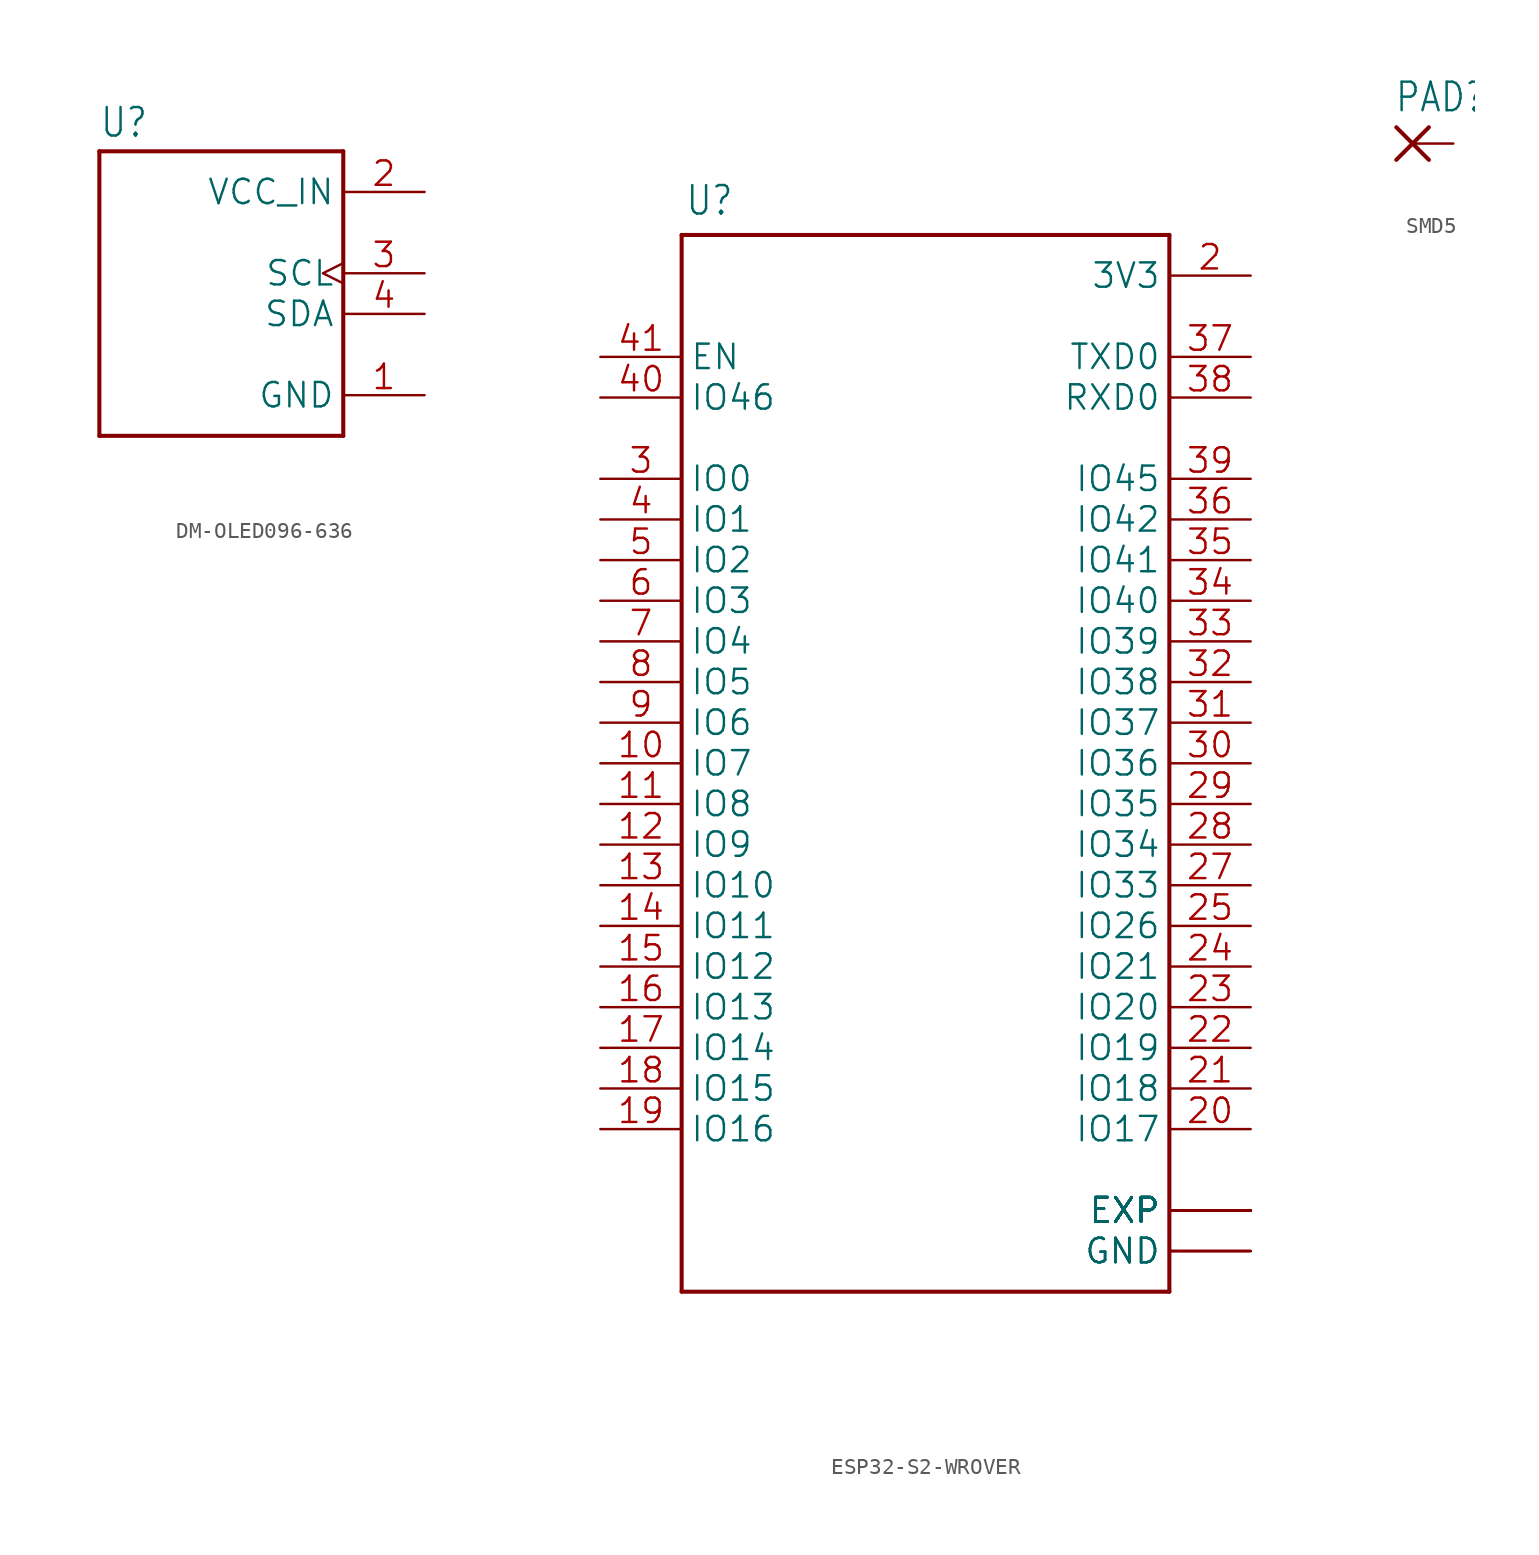
<source format=kicad_sym>
(kicad_symbol_lib
  (version 20241209)
  (generator "kicad_symbol_editor")
  (generator_version "9.0")
  (symbol "DM-OLED096-636"
    (property "Reference" "U"
      (at -7.62 10.922 0)
      (effects (font (size 1.778 1.511)) (justify left bottom)))
    (property "Value" ""
      (at -7.62 -10.16 0)
      (effects (font (size 1.778 1.511)) (justify left bottom)))
    (property "ki_locked" ""
      (at 0 0 0)
      (effects (font (size 1.27 1.27))))
    (symbol "DM-OLED096-636_1_0"
      (polyline (pts (xy -7.62 10.16) (xy -7.62 -7.62)) (stroke (width 0.254) (type solid)) (fill (type none)))
      (polyline (pts (xy -7.62 -7.62) (xy 7.62 -7.62)) (stroke (width 0.254) (type solid)) (fill (type none)))
      (polyline (pts (xy 7.62 10.16) (xy -7.62 10.16)) (stroke (width 0.254) (type solid)) (fill (type none)))
      (polyline (pts (xy 7.62 -7.62) (xy 7.62 10.16)) (stroke (width 0.254) (type solid)) (fill (type none)))
      (pin power_in line (at 12.7 7.62 180) (length 5.08) (name "VCC_IN" (effects (font (size 1.524 1.524)))) (number "2" (effects (font (size 1.524 1.524)))))
      (pin input clock (at 12.7 2.54 180) (length 5.08) (name "SCL" (effects (font (size 1.524 1.524)))) (number "3" (effects (font (size 1.524 1.524)))))
      (pin bidirectional line (at 12.7 0 180) (length 5.08) (name "SDA" (effects (font (size 1.524 1.524)))) (number "4" (effects (font (size 1.524 1.524)))))
      (pin power_in line (at 12.7 -5.08 180) (length 5.08) (name "GND" (effects (font (size 1.524 1.524)))) (number "1" (effects (font (size 1.524 1.524)))))))
  (symbol "ESP32-S2-WROVER"
    (property "Reference" "U"
      (at -15.036 34.135 0)
      (effects (font (size 1.778 1.511)) (justify left bottom)))
    (property "Value" ""
      (at -15.287 -35.668 0)
      (effects (font (size 1.778 1.511)) (justify left bottom)))
    (property "ki_locked" ""
      (at 0 0 0)
      (effects (font (size 1.27 1.27))))
    (symbol "ESP32-S2-WROVER_1_0"
      (polyline (pts (xy -15.24 33.02) (xy 15.24 33.02)) (stroke (width 0.254) (type solid)) (fill (type none)))
      (polyline (pts (xy -15.24 -33.02) (xy -15.24 33.02)) (stroke (width 0.254) (type solid)) (fill (type none)))
      (polyline (pts (xy 15.24 33.02) (xy 15.24 -33.02)) (stroke (width 0.254) (type solid)) (fill (type none)))
      (polyline (pts (xy 15.24 -33.02) (xy -15.24 -33.02)) (stroke (width 0.254) (type solid)) (fill (type none)))
      (pin input line (at -20.32 25.4 0) (length 5.08) (name "EN" (effects (font (size 1.524 1.524)))) (number "41" (effects (font (size 1.524 1.524)))))
      (pin input line (at -20.32 22.86 0) (length 5.08) (name "IO46" (effects (font (size 1.524 1.524)))) (number "40" (effects (font (size 1.524 1.524)))))
      (pin bidirectional line (at -20.32 17.78 0) (length 5.08) (name "IO0" (effects (font (size 1.524 1.524)))) (number "3" (effects (font (size 1.524 1.524)))))
      (pin bidirectional line (at -20.32 15.24 0) (length 5.08) (name "IO1" (effects (font (size 1.524 1.524)))) (number "4" (effects (font (size 1.524 1.524)))))
      (pin bidirectional line (at -20.32 12.7 0) (length 5.08) (name "IO2" (effects (font (size 1.524 1.524)))) (number "5" (effects (font (size 1.524 1.524)))))
      (pin bidirectional line (at -20.32 10.16 0) (length 5.08) (name "IO3" (effects (font (size 1.524 1.524)))) (number "6" (effects (font (size 1.524 1.524)))))
      (pin bidirectional line (at -20.32 7.62 0) (length 5.08) (name "IO4" (effects (font (size 1.524 1.524)))) (number "7" (effects (font (size 1.524 1.524)))))
      (pin bidirectional line (at -20.32 5.08 0) (length 5.08) (name "IO5" (effects (font (size 1.524 1.524)))) (number "8" (effects (font (size 1.524 1.524)))))
      (pin bidirectional line (at -20.32 2.54 0) (length 5.08) (name "IO6" (effects (font (size 1.524 1.524)))) (number "9" (effects (font (size 1.524 1.524)))))
      (pin bidirectional line (at -20.32 0 0) (length 5.08) (name "IO7" (effects (font (size 1.524 1.524)))) (number "10" (effects (font (size 1.524 1.524)))))
      (pin bidirectional line (at -20.32 -2.54 0) (length 5.08) (name "IO8" (effects (font (size 1.524 1.524)))) (number "11" (effects (font (size 1.524 1.524)))))
      (pin bidirectional line (at -20.32 -5.08 0) (length 5.08) (name "IO9" (effects (font (size 1.524 1.524)))) (number "12" (effects (font (size 1.524 1.524)))))
      (pin bidirectional line (at -20.32 -7.62 0) (length 5.08) (name "IO10" (effects (font (size 1.524 1.524)))) (number "13" (effects (font (size 1.524 1.524)))))
      (pin bidirectional line (at -20.32 -10.16 0) (length 5.08) (name "IO11" (effects (font (size 1.524 1.524)))) (number "14" (effects (font (size 1.524 1.524)))))
      (pin bidirectional line (at -20.32 -12.7 0) (length 5.08) (name "IO12" (effects (font (size 1.524 1.524)))) (number "15" (effects (font (size 1.524 1.524)))))
      (pin bidirectional line (at -20.32 -15.24 0) (length 5.08) (name "IO13" (effects (font (size 1.524 1.524)))) (number "16" (effects (font (size 1.524 1.524)))))
      (pin bidirectional line (at -20.32 -17.78 0) (length 5.08) (name "IO14" (effects (font (size 1.524 1.524)))) (number "17" (effects (font (size 1.524 1.524)))))
      (pin bidirectional line (at -20.32 -20.32 0) (length 5.08) (name "IO15" (effects (font (size 1.524 1.524)))) (number "18" (effects (font (size 1.524 1.524)))))
      (pin bidirectional line (at -20.32 -22.86 0) (length 5.08) (name "IO16" (effects (font (size 1.524 1.524)))) (number "19" (effects (font (size 1.524 1.524)))))
      (pin power_in line (at 20.32 30.48 180) (length 5.08) (name "3V3" (effects (font (size 1.524 1.524)))) (number "2" (effects (font (size 1.524 1.524)))))
      (pin bidirectional line (at 20.32 25.4 180) (length 5.08) (name "TXD0" (effects (font (size 1.524 1.524)))) (number "37" (effects (font (size 1.524 1.524)))))
      (pin bidirectional line (at 20.32 22.86 180) (length 5.08) (name "RXD0" (effects (font (size 1.524 1.524)))) (number "38" (effects (font (size 1.524 1.524)))))
      (pin bidirectional line (at 20.32 17.78 180) (length 5.08) (name "IO45" (effects (font (size 1.524 1.524)))) (number "39" (effects (font (size 1.524 1.524)))))
      (pin bidirectional line (at 20.32 15.24 180) (length 5.08) (name "IO42" (effects (font (size 1.524 1.524)))) (number "36" (effects (font (size 1.524 1.524)))))
      (pin bidirectional line (at 20.32 12.7 180) (length 5.08) (name "IO41" (effects (font (size 1.524 1.524)))) (number "35" (effects (font (size 1.524 1.524)))))
      (pin bidirectional line (at 20.32 10.16 180) (length 5.08) (name "IO40" (effects (font (size 1.524 1.524)))) (number "34" (effects (font (size 1.524 1.524)))))
      (pin bidirectional line (at 20.32 7.62 180) (length 5.08) (name "IO39" (effects (font (size 1.524 1.524)))) (number "33" (effects (font (size 1.524 1.524)))))
      (pin bidirectional line (at 20.32 5.08 180) (length 5.08) (name "IO38" (effects (font (size 1.524 1.524)))) (number "32" (effects (font (size 1.524 1.524)))))
      (pin bidirectional line (at 20.32 2.54 180) (length 5.08) (name "IO37" (effects (font (size 1.524 1.524)))) (number "31" (effects (font (size 1.524 1.524)))))
      (pin bidirectional line (at 20.32 0 180) (length 5.08) (name "IO36" (effects (font (size 1.524 1.524)))) (number "30" (effects (font (size 1.524 1.524)))))
      (pin bidirectional line (at 20.32 -2.54 180) (length 5.08) (name "IO35" (effects (font (size 1.524 1.524)))) (number "29" (effects (font (size 1.524 1.524)))))
      (pin bidirectional line (at 20.32 -5.08 180) (length 5.08) (name "IO34" (effects (font (size 1.524 1.524)))) (number "28" (effects (font (size 1.524 1.524)))))
      (pin bidirectional line (at 20.32 -7.62 180) (length 5.08) (name "IO33" (effects (font (size 1.524 1.524)))) (number "27" (effects (font (size 1.524 1.524)))))
      (pin bidirectional line (at 20.32 -10.16 180) (length 5.08) (name "IO26" (effects (font (size 1.524 1.524)))) (number "25" (effects (font (size 1.524 1.524)))))
      (pin bidirectional line (at 20.32 -12.7 180) (length 5.08) (name "IO21" (effects (font (size 1.524 1.524)))) (number "24" (effects (font (size 1.524 1.524)))))
      (pin bidirectional line (at 20.32 -15.24 180) (length 5.08) (name "IO20" (effects (font (size 1.524 1.524)))) (number "23" (effects (font (size 1.524 1.524)))))
      (pin bidirectional line (at 20.32 -17.78 180) (length 5.08) (name "IO19" (effects (font (size 1.524 1.524)))) (number "22" (effects (font (size 1.524 1.524)))))
      (pin bidirectional line (at 20.32 -20.32 180) (length 5.08) (name "IO18" (effects (font (size 1.524 1.524)))) (number "21" (effects (font (size 1.524 1.524)))))
      (pin bidirectional line (at 20.32 -22.86 180) (length 5.08) (name "IO17" (effects (font (size 1.524 1.524)))) (number "20" (effects (font (size 1.524 1.524)))))
      (pin power_in line (at 20.32 -27.94 180) (length 5.08) (name "EXP" (effects (font (size 1.524 1.524)))) (number "43_1" (effects (font (size 0 0)))))
      (pin power_in line (at 20.32 -27.94 180) (length 5.08) (name "EXP" (effects (font (size 1.524 1.524)))) (number "43_10" (effects (font (size 0 0)))))
      (pin power_in line (at 20.32 -27.94 180) (length 5.08) (name "EXP" (effects (font (size 1.524 1.524)))) (number "43_11" (effects (font (size 0 0)))))
      (pin power_in line (at 20.32 -27.94 180) (length 5.08) (name "EXP" (effects (font (size 1.524 1.524)))) (number "43_12" (effects (font (size 0 0)))))
      (pin power_in line (at 20.32 -27.94 180) (length 5.08) (name "EXP" (effects (font (size 1.524 1.524)))) (number "43_13" (effects (font (size 0 0)))))
      (pin power_in line (at 20.32 -27.94 180) (length 5.08) (name "EXP" (effects (font (size 1.524 1.524)))) (number "43_14" (effects (font (size 0 0)))))
      (pin power_in line (at 20.32 -27.94 180) (length 5.08) (name "EXP" (effects (font (size 1.524 1.524)))) (number "43_15" (effects (font (size 0 0)))))
      (pin power_in line (at 20.32 -27.94 180) (length 5.08) (name "EXP" (effects (font (size 1.524 1.524)))) (number "43_16" (effects (font (size 0 0)))))
      (pin power_in line (at 20.32 -27.94 180) (length 5.08) (name "EXP" (effects (font (size 1.524 1.524)))) (number "43_17" (effects (font (size 0 0)))))
      (pin power_in line (at 20.32 -27.94 180) (length 5.08) (name "EXP" (effects (font (size 1.524 1.524)))) (number "43_18" (effects (font (size 0 0)))))
      (pin power_in line (at 20.32 -27.94 180) (length 5.08) (name "EXP" (effects (font (size 1.524 1.524)))) (number "43_19" (effects (font (size 0 0)))))
      (pin power_in line (at 20.32 -27.94 180) (length 5.08) (name "EXP" (effects (font (size 1.524 1.524)))) (number "43_2" (effects (font (size 0 0)))))
      (pin power_in line (at 20.32 -27.94 180) (length 5.08) (name "EXP" (effects (font (size 1.524 1.524)))) (number "43_20" (effects (font (size 0 0)))))
      (pin power_in line (at 20.32 -27.94 180) (length 5.08) (name "EXP" (effects (font (size 1.524 1.524)))) (number "43_21" (effects (font (size 0 0)))))
      (pin power_in line (at 20.32 -27.94 180) (length 5.08) (name "EXP" (effects (font (size 1.524 1.524)))) (number "43_3" (effects (font (size 0 0)))))
      (pin power_in line (at 20.32 -27.94 180) (length 5.08) (name "EXP" (effects (font (size 1.524 1.524)))) (number "43_4" (effects (font (size 0 0)))))
      (pin power_in line (at 20.32 -27.94 180) (length 5.08) (name "EXP" (effects (font (size 1.524 1.524)))) (number "43_5" (effects (font (size 0 0)))))
      (pin power_in line (at 20.32 -27.94 180) (length 5.08) (name "EXP" (effects (font (size 1.524 1.524)))) (number "43_6" (effects (font (size 0 0)))))
      (pin power_in line (at 20.32 -27.94 180) (length 5.08) (name "EXP" (effects (font (size 1.524 1.524)))) (number "43_7" (effects (font (size 0 0)))))
      (pin power_in line (at 20.32 -27.94 180) (length 5.08) (name "EXP" (effects (font (size 1.524 1.524)))) (number "43_8" (effects (font (size 0 0)))))
      (pin power_in line (at 20.32 -27.94 180) (length 5.08) (name "EXP" (effects (font (size 1.524 1.524)))) (number "43_9" (effects (font (size 0 0)))))
      (pin power_in line (at 20.32 -30.48 180) (length 5.08) (name "GND" (effects (font (size 1.524 1.524)))) (number "1" (effects (font (size 0 0)))))
      (pin power_in line (at 20.32 -30.48 180) (length 5.08) (name "GND" (effects (font (size 1.524 1.524)))) (number "26" (effects (font (size 0 0)))))
      (pin power_in line (at 20.32 -30.48 180) (length 5.08) (name "GND" (effects (font (size 1.524 1.524)))) (number "42" (effects (font (size 0 0)))))))
  (symbol "SMD5"
    (property "Reference" "PAD"
      (at -1.143 1.854 0)
      (effects (font (size 1.778 1.511)) (justify left bottom)))
    (property "Value" ""
      (at -1.143 -3.302 0)
      (effects (font (size 1.778 1.511)) (justify left bottom)))
    (property "ki_locked" ""
      (at 0 0 0)
      (effects (font (size 1.27 1.27))))
    (symbol "SMD5_1_0"
      (polyline (pts (xy -1.016 1.016) (xy 1.016 -1.016)) (stroke (width 0.254) (type solid)) (fill (type none)))
      (polyline (pts (xy -1.016 -1.016) (xy 1.016 1.016)) (stroke (width 0.254) (type solid)) (fill (type none)))
      (pin passive line (at 2.54 0 180) (length 2.54) (name "P" (effects (font (size 0 0)))) (number "1" (effects (font (size 0 0))))))))
</source>
